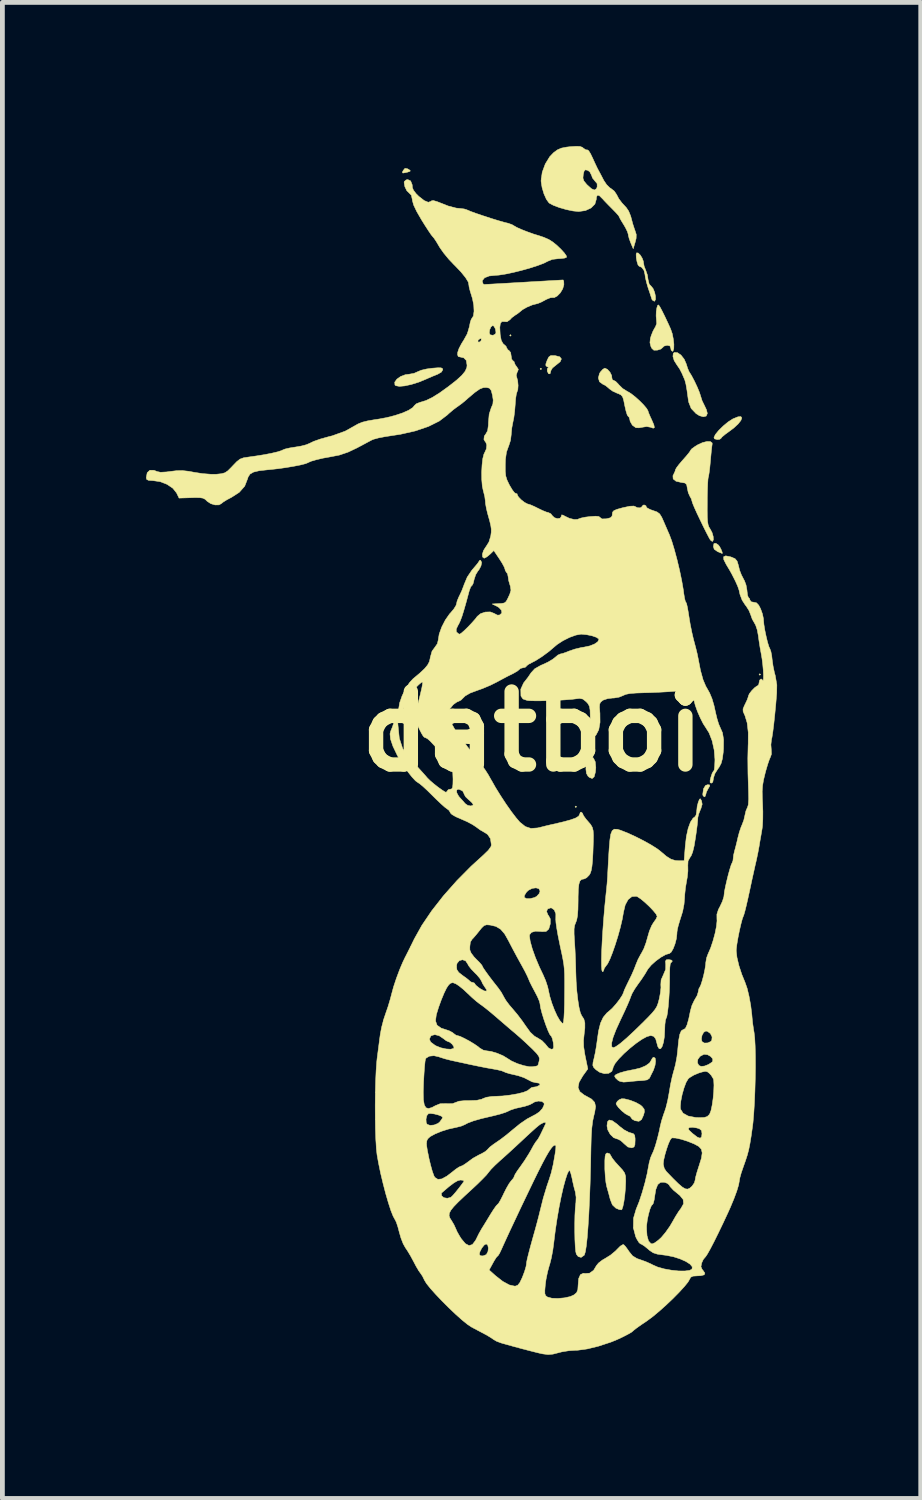
<source format=kicad_pcb>
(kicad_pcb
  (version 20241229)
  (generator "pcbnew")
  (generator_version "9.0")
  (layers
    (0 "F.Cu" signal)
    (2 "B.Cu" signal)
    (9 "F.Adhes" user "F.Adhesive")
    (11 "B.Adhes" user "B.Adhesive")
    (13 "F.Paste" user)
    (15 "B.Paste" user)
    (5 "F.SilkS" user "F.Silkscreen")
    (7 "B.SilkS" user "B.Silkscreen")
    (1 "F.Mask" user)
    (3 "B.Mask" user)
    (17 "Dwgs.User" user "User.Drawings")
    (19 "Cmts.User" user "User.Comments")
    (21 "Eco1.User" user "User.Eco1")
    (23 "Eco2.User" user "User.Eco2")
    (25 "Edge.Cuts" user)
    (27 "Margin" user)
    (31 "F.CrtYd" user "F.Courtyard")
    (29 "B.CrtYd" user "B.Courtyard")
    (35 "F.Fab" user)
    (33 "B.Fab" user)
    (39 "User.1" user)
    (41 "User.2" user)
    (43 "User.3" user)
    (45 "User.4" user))
  (footprint "datboi"
    (layer "F.Cu")
    (at 8.069 12.225)
    (property "Reference" "datboi" (at 0 0 0) (layer "F.SilkS") (effects (font (size 1.524 1.524) (thickness 0.3))))
    (attr through_hole)
    (fp_poly (pts (xy -0.445 -8.271) (xy -0.46 -8.255) (xy -0.476 -8.271) (xy -0.46 -8.287) (xy -0.445 -8.271)) (stroke (width 0.01) (type solid)) (fill yes) (layer "F.SilkS"))
    (fp_poly (pts (xy 0.191 -7.572) (xy 0.175 -7.556) (xy 0.159 -7.572) (xy 0.175 -7.588) (xy 0.191 -7.572)) (stroke (width 0.01) (type solid)) (fill yes) (layer "F.SilkS"))
    (fp_poly (pts (xy 0.921 1.572) (xy 0.905 1.587) (xy 0.889 1.572) (xy 0.905 1.556) (xy 0.921 1.572)) (stroke (width 0.01) (type solid)) (fill yes) (layer "F.SilkS"))
    (fp_poly (pts (xy 4.763 -1.191) (xy 4.747 -1.175) (xy 4.731 -1.191) (xy 4.747 -1.206) (xy 4.763 -1.191)) (stroke (width 0.01) (type solid)) (fill yes) (layer "F.SilkS"))
    (fp_poly (pts (xy -2.611 -11.751) (xy -2.599 -11.745) (xy -2.554 -11.717) (xy -2.556 -11.698) (xy -2.613 -11.679) (xy -2.645 -11.672) (xy -2.705 -11.661) (xy -2.717 -11.678) (xy -2.699 -11.715) (xy -2.662 -11.76) (xy -2.611 -11.751)) (stroke (width 0.01) (type solid)) (fill yes) (layer "F.SilkS"))
    (fp_poly (pts (xy 3.7 1.116) (xy 3.701 1.14) (xy 3.671 1.19) (xy 3.633 1.263) (xy 3.619 1.317) (xy 3.603 1.359) (xy 3.588 1.365) (xy 3.561 1.339) (xy 3.556 1.31) (xy 3.572 1.196) (xy 3.614 1.127) (xy 3.659 1.111) (xy 3.7 1.116)) (stroke (width 0.01) (type solid)) (fill yes) (layer "F.SilkS"))
    (fp_poly (pts (xy 3.879 -3.897) (xy 3.907 -3.862) (xy 3.937 -3.806) (xy 3.959 -3.751) (xy 3.966 -3.719) (xy 3.958 -3.718) (xy 3.928 -3.731) (xy 3.866 -3.756) (xy 3.795 -3.806) (xy 3.778 -3.864) (xy 3.79 -3.925) (xy 3.829 -3.93) (xy 3.879 -3.897)) (stroke (width 0.01) (type solid)) (fill yes) (layer "F.SilkS"))
    (fp_poly (pts (xy 1.271 0.552) (xy 1.311 0.632) (xy 1.323 0.755) (xy 1.314 0.849) (xy 1.288 0.946) (xy 1.247 0.982) (xy 1.188 0.958) (xy 1.16 0.933) (xy 1.128 0.877) (xy 1.116 0.787) (xy 1.118 0.703) (xy 1.125 0.601) (xy 1.139 0.547) (xy 1.167 0.527) (xy 1.204 0.524) (xy 1.271 0.552)) (stroke (width 0.01) (type solid)) (fill yes) (layer "F.SilkS"))
    (fp_poly (pts (xy 4.371 -6.548) (xy 4.352 -6.495) (xy 4.294 -6.422) (xy 4.201 -6.336) (xy 4.11 -6.268) (xy 4.022 -6.204) (xy 3.959 -6.151) (xy 3.937 -6.122) (xy 3.91 -6.102) (xy 3.86 -6.096) (xy 3.801 -6.111) (xy 3.79 -6.14) (xy 3.821 -6.204) (xy 3.891 -6.289) (xy 3.984 -6.38) (xy 4.085 -6.464) (xy 4.182 -6.526) (xy 4.187 -6.529) (xy 4.291 -6.571) (xy 4.352 -6.576) (xy 4.371 -6.548)) (stroke (width 0.01) (type solid)) (fill yes) (layer "F.SilkS"))
    (fp_poly (pts (xy 0.477 -7.848) (xy 0.57 -7.824) (xy 0.604 -7.78) (xy 0.579 -7.722) (xy 0.495 -7.654) (xy 0.492 -7.652) (xy 0.417 -7.591) (xy 0.382 -7.531) (xy 0.381 -7.522) (xy 0.367 -7.469) (xy 0.337 -7.47) (xy 0.309 -7.523) (xy 0.308 -7.525) (xy 0.31 -7.577) (xy 0.328 -7.59) (xy 0.336 -7.601) (xy 0.313 -7.614) (xy 0.281 -7.635) (xy 0.279 -7.673) (xy 0.305 -7.747) (xy 0.305 -7.748) (xy 0.34 -7.819) (xy 0.38 -7.849) (xy 0.453 -7.85) (xy 0.477 -7.848)) (stroke (width 0.01) (type solid)) (fill yes) (layer "F.SilkS"))
    (fp_poly (pts (xy 1.667 8.128) (xy 1.762 8.195) (xy 1.827 8.252) (xy 1.918 8.321) (xy 2.01 8.37) (xy 2.045 8.38) (xy 2.106 8.398) (xy 2.134 8.431) (xy 2.143 8.499) (xy 2.143 8.542) (xy 2.139 8.631) (xy 2.12 8.676) (xy 2.078 8.693) (xy 2.071 8.694) (xy 1.992 8.676) (xy 1.913 8.607) (xy 1.845 8.544) (xy 1.782 8.511) (xy 1.769 8.509) (xy 1.694 8.481) (xy 1.623 8.411) (xy 1.572 8.318) (xy 1.556 8.236) (xy 1.567 8.149) (xy 1.603 8.113) (xy 1.667 8.128)) (stroke (width 0.01) (type solid)) (fill yes) (layer "F.SilkS"))
    (fp_poly (pts (xy 1.923 7.671) (xy 2.019 7.695) (xy 2.049 7.704) (xy 2.159 7.747) (xy 2.252 7.799) (xy 2.289 7.83) (xy 2.332 7.886) (xy 2.338 7.942) (xy 2.319 8.012) (xy 2.277 8.104) (xy 2.223 8.14) (xy 2.144 8.128) (xy 2.135 8.125) (xy 2.08 8.093) (xy 2.064 8.068) (xy 2.038 8.034) (xy 2.004 8.018) (xy 1.94 7.983) (xy 1.865 7.922) (xy 1.796 7.852) (xy 1.753 7.792) (xy 1.746 7.77) (xy 1.771 7.724) (xy 1.811 7.69) (xy 1.861 7.669) (xy 1.923 7.671)) (stroke (width 0.01) (type solid)) (fill yes) (layer "F.SilkS"))
    (fp_poly (pts (xy -1.91 -7.594) (xy -1.88 -7.58) (xy -1.873 -7.554) (xy -1.901 -7.506) (xy -1.973 -7.464) (xy -1.976 -7.462) (xy -2.073 -7.423) (xy -2.185 -7.375) (xy -2.211 -7.363) (xy -2.37 -7.297) (xy -2.526 -7.248) (xy -2.667 -7.217) (xy -2.78 -7.207) (xy -2.854 -7.221) (xy -2.872 -7.236) (xy -2.876 -7.295) (xy -2.832 -7.357) (xy -2.755 -7.412) (xy -2.657 -7.45) (xy -2.574 -7.461) (xy -2.473 -7.479) (xy -2.394 -7.514) (xy -2.322 -7.544) (xy -2.211 -7.57) (xy -2.094 -7.586) (xy -1.977 -7.595) (xy -1.91 -7.594)) (stroke (width 0.01) (type solid)) (fill yes) (layer "F.SilkS"))
    (fp_poly (pts (xy 2.562 6.821) (xy 2.571 6.882) (xy 2.56 6.969) (xy 2.53 7.062) (xy 2.519 7.086) (xy 2.477 7.169) (xy 2.446 7.234) (xy 2.444 7.239) (xy 2.395 7.275) (xy 2.298 7.289) (xy 2.189 7.295) (xy 2.06 7.307) (xy 2.016 7.313) (xy 1.903 7.321) (xy 1.826 7.306) (xy 1.786 7.283) (xy 1.733 7.233) (xy 1.714 7.194) (xy 1.744 7.163) (xy 1.823 7.129) (xy 1.941 7.095) (xy 2.082 7.066) (xy 2.111 7.062) (xy 2.25 7.028) (xy 2.367 6.978) (xy 2.448 6.918) (xy 2.475 6.874) (xy 2.506 6.818) (xy 2.532 6.802) (xy 2.562 6.821)) (stroke (width 0.01) (type solid)) (fill yes) (layer "F.SilkS"))
    (fp_poly (pts (xy 1.613 8.819) (xy 1.634 8.855) (xy 1.666 8.911) (xy 1.73 8.992) (xy 1.802 9.071) (xy 1.881 9.157) (xy 1.925 9.221) (xy 1.944 9.287) (xy 1.947 9.378) (xy 1.947 9.398) (xy 1.941 9.541) (xy 1.928 9.684) (xy 1.91 9.815) (xy 1.889 9.918) (xy 1.868 9.979) (xy 1.857 9.989) (xy 1.809 9.982) (xy 1.741 9.953) (xy 1.669 9.885) (xy 1.624 9.771) (xy 1.592 9.649) (xy 1.557 9.525) (xy 1.552 9.509) (xy 1.534 9.418) (xy 1.52 9.287) (xy 1.511 9.141) (xy 1.511 9.097) (xy 1.511 8.959) (xy 1.517 8.872) (xy 1.53 8.824) (xy 1.552 8.804) (xy 1.561 8.801) (xy 1.613 8.819)) (stroke (width 0.01) (type solid)) (fill yes) (layer "F.SilkS"))
    (fp_poly (pts (xy 2.207 -9.992) (xy 2.251 -9.949) (xy 2.291 -9.884) (xy 2.316 -9.817) (xy 2.318 -9.795) (xy 2.332 -9.715) (xy 2.365 -9.632) (xy 2.4 -9.532) (xy 2.413 -9.442) (xy 2.437 -9.342) (xy 2.478 -9.299) (xy 2.518 -9.25) (xy 2.55 -9.174) (xy 2.568 -9.092) (xy 2.57 -9.023) (xy 2.551 -8.987) (xy 2.543 -8.985) (xy 2.501 -9.011) (xy 2.494 -9.025) (xy 2.478 -9.074) (xy 2.449 -9.163) (xy 2.415 -9.263) (xy 2.381 -9.38) (xy 2.357 -9.484) (xy 2.349 -9.543) (xy 2.33 -9.626) (xy 2.282 -9.692) (xy 2.228 -9.716) (xy 2.204 -9.743) (xy 2.183 -9.81) (xy 2.168 -9.891) (xy 2.165 -9.962) (xy 2.174 -9.995) (xy 2.207 -9.992)) (stroke (width 0.01) (type solid)) (fill yes) (layer "F.SilkS"))
    (fp_poly (pts (xy 2.659 -8.871) (xy 2.705 -8.786) (xy 2.766 -8.663) (xy 2.837 -8.512) (xy 2.885 -8.405) (xy 2.919 -8.307) (xy 2.941 -8.195) (xy 2.953 -8.087) (xy 2.951 -7.998) (xy 2.935 -7.945) (xy 2.921 -7.938) (xy 2.895 -7.964) (xy 2.889 -8.001) (xy 2.87 -8.052) (xy 2.813 -8.065) (xy 2.748 -8.048) (xy 2.721 -8.021) (xy 2.68 -7.986) (xy 2.608 -7.963) (xy 2.535 -7.962) (xy 2.493 -8) (xy 2.473 -8.04) (xy 2.453 -8.119) (xy 2.462 -8.206) (xy 2.479 -8.265) (xy 2.516 -8.358) (xy 2.554 -8.429) (xy 2.565 -8.442) (xy 2.594 -8.517) (xy 2.589 -8.593) (xy 2.582 -8.677) (xy 2.585 -8.769) (xy 2.598 -8.849) (xy 2.616 -8.901) (xy 2.632 -8.908) (xy 2.659 -8.871)) (stroke (width 0.01) (type solid)) (fill yes) (layer "F.SilkS"))
    (fp_poly (pts (xy 3.03 -7.91) (xy 3.103 -7.858) (xy 3.169 -7.773) (xy 3.212 -7.674) (xy 3.24 -7.584) (xy 3.267 -7.52) (xy 3.274 -7.508) (xy 3.323 -7.429) (xy 3.382 -7.317) (xy 3.44 -7.194) (xy 3.486 -7.083) (xy 3.509 -7.012) (xy 3.542 -6.907) (xy 3.591 -6.807) (xy 3.632 -6.721) (xy 3.651 -6.645) (xy 3.651 -6.64) (xy 3.628 -6.587) (xy 3.568 -6.572) (xy 3.486 -6.595) (xy 3.417 -6.638) (xy 3.314 -6.746) (xy 3.262 -6.879) (xy 3.253 -6.932) (xy 3.227 -7.122) (xy 3.204 -7.255) (xy 3.181 -7.34) (xy 3.177 -7.35) (xy 3.121 -7.48) (xy 3.074 -7.571) (xy 3.024 -7.644) (xy 3.018 -7.652) (xy 2.959 -7.746) (xy 2.933 -7.833) (xy 2.941 -7.896) (xy 2.964 -7.916) (xy 3.03 -7.91)) (stroke (width 0.01) (type solid)) (fill yes) (layer "F.SilkS"))
    (fp_poly (pts (xy 1.565 -7.562) (xy 1.619 -7.502) (xy 1.654 -7.432) (xy 1.657 -7.394) (xy 1.667 -7.344) (xy 1.691 -7.334) (xy 1.737 -7.311) (xy 1.794 -7.253) (xy 1.805 -7.239) (xy 1.883 -7.162) (xy 1.982 -7.1) (xy 1.993 -7.095) (xy 2.06 -7.054) (xy 2.147 -6.986) (xy 2.239 -6.903) (xy 2.323 -6.818) (xy 2.385 -6.744) (xy 2.413 -6.695) (xy 2.413 -6.692) (xy 2.426 -6.652) (xy 2.459 -6.574) (xy 2.489 -6.51) (xy 2.535 -6.404) (xy 2.546 -6.346) (xy 2.521 -6.333) (xy 2.472 -6.352) (xy 2.385 -6.368) (xy 2.309 -6.356) (xy 2.224 -6.341) (xy 2.16 -6.344) (xy 2.159 -6.344) (xy 2.086 -6.396) (xy 2.039 -6.478) (xy 2.033 -6.514) (xy 2.016 -6.566) (xy 2 -6.578) (xy 1.978 -6.612) (xy 1.953 -6.692) (xy 1.928 -6.801) (xy 1.927 -6.806) (xy 1.904 -6.921) (xy 1.882 -6.989) (xy 1.849 -7.028) (xy 1.797 -7.054) (xy 1.768 -7.064) (xy 1.675 -7.107) (xy 1.602 -7.159) (xy 1.594 -7.168) (xy 1.523 -7.226) (xy 1.469 -7.252) (xy 1.4 -7.302) (xy 1.376 -7.382) (xy 1.399 -7.475) (xy 1.418 -7.506) (xy 1.469 -7.563) (xy 1.511 -7.587) (xy 1.511 -7.587) (xy 1.565 -7.562)) (stroke (width 0.01) (type solid)) (fill yes) (layer "F.SilkS"))
    (fp_poly (pts (xy 3.717 -6.054) (xy 3.752 -6.025) (xy 3.753 -6.003) (xy 3.746 -5.954) (xy 3.735 -5.857) (xy 3.723 -5.729) (xy 3.716 -5.648) (xy 3.703 -5.512) (xy 3.689 -5.4) (xy 3.677 -5.327) (xy 3.671 -5.309) (xy 3.665 -5.268) (xy 3.659 -5.176) (xy 3.654 -5.044) (xy 3.65 -4.884) (xy 3.65 -4.799) (xy 3.649 -4.612) (xy 3.651 -4.477) (xy 3.657 -4.383) (xy 3.668 -4.318) (xy 3.685 -4.27) (xy 3.71 -4.229) (xy 3.712 -4.226) (xy 3.751 -4.152) (xy 3.774 -4.071) (xy 3.778 -4.003) (xy 3.76 -3.97) (xy 3.754 -3.969) (xy 3.721 -3.993) (xy 3.698 -4.026) (xy 3.638 -4.141) (xy 3.57 -4.276) (xy 3.502 -4.417) (xy 3.437 -4.553) (xy 3.384 -4.67) (xy 3.348 -4.756) (xy 3.334 -4.799) (xy 3.334 -4.799) (xy 3.317 -4.859) (xy 3.289 -4.908) (xy 3.254 -4.985) (xy 3.233 -5.081) (xy 3.233 -5.082) (xy 3.22 -5.155) (xy 3.186 -5.188) (xy 3.11 -5.201) (xy 3.106 -5.201) (xy 2.998 -5.226) (xy 2.938 -5.274) (xy 2.933 -5.34) (xy 2.947 -5.368) (xy 2.977 -5.432) (xy 2.985 -5.464) (xy 3.005 -5.503) (xy 3.058 -5.574) (xy 3.133 -5.662) (xy 3.143 -5.673) (xy 3.22 -5.761) (xy 3.277 -5.831) (xy 3.302 -5.871) (xy 3.302 -5.873) (xy 3.327 -5.903) (xy 3.392 -5.95) (xy 3.446 -5.984) (xy 3.55 -6.032) (xy 3.644 -6.056) (xy 3.717 -6.054)) (stroke (width 0.01) (type solid)) (fill yes) (layer "F.SilkS"))
    (fp_poly (pts (xy 0.992 -12.217) (xy 1.042 -12.199) (xy 1.064 -12.18) (xy 1.115 -12.146) (xy 1.145 -12.146) (xy 1.172 -12.129) (xy 1.212 -12.066) (xy 1.254 -11.979) (xy 1.305 -11.867) (xy 1.352 -11.768) (xy 1.379 -11.716) (xy 1.422 -11.637) (xy 1.474 -11.537) (xy 1.49 -11.506) (xy 1.549 -11.418) (xy 1.615 -11.353) (xy 1.637 -11.34) (xy 1.709 -11.283) (xy 1.756 -11.214) (xy 1.802 -11.126) (xy 1.869 -11.037) (xy 1.959 -10.94) (xy 2.009 -10.866) (xy 2.051 -10.762) (xy 2.063 -10.718) (xy 2.094 -10.601) (xy 2.13 -10.491) (xy 2.141 -10.461) (xy 2.167 -10.379) (xy 2.165 -10.299) (xy 2.145 -10.218) (xy 2.104 -10.081) (xy 2.052 -10.204) (xy 2.019 -10.294) (xy 2.001 -10.367) (xy 2 -10.38) (xy 1.984 -10.435) (xy 1.942 -10.521) (xy 1.905 -10.584) (xy 1.853 -10.669) (xy 1.818 -10.732) (xy 1.81 -10.753) (xy 1.789 -10.783) (xy 1.735 -10.843) (xy 1.675 -10.904) (xy 1.586 -10.994) (xy 1.503 -11.08) (xy 1.465 -11.122) (xy 1.397 -11.189) (xy 1.355 -11.201) (xy 1.336 -11.156) (xy 1.333 -11.114) (xy 1.304 -11.014) (xy 1.224 -10.933) (xy 1.106 -10.878) (xy 0.964 -10.858) (xy 0.846 -10.87) (xy 0.706 -10.899) (xy 0.563 -10.94) (xy 0.438 -10.987) (xy 0.352 -11.033) (xy 0.344 -11.04) (xy 0.291 -11.113) (xy 0.24 -11.227) (xy 0.201 -11.357) (xy 0.181 -11.482) (xy 0.18 -11.509) (xy 0.187 -11.556) (xy 1.054 -11.556) (xy 1.074 -11.496) (xy 1.131 -11.426) (xy 1.145 -11.412) (xy 1.233 -11.333) (xy 1.294 -11.307) (xy 1.335 -11.334) (xy 1.351 -11.371) (xy 1.35 -11.442) (xy 1.308 -11.491) (xy 1.253 -11.559) (xy 1.233 -11.617) (xy 1.196 -11.689) (xy 1.152 -11.719) (xy 1.104 -11.729) (xy 1.078 -11.701) (xy 1.061 -11.633) (xy 1.054 -11.556) (xy 0.187 -11.556) (xy 0.204 -11.679) (xy 0.268 -11.852) (xy 0.362 -12.005) (xy 0.442 -12.088) (xy 0.523 -12.147) (xy 0.604 -12.182) (xy 0.71 -12.203) (xy 0.789 -12.212) (xy 0.914 -12.22) (xy 0.992 -12.217)) (stroke (width 0.01) (type solid)) (fill yes) (layer "F.SilkS"))
    (fp_poly (pts (xy 3.531 1.449) (xy 3.544 1.519) (xy 3.518 1.608) (xy 3.506 1.635) (xy 3.471 1.723) (xy 3.454 1.793) (xy 3.453 1.805) (xy 3.45 1.857) (xy 3.44 1.956) (xy 3.423 2.087) (xy 3.406 2.207) (xy 3.376 2.39) (xy 3.345 2.518) (xy 3.312 2.599) (xy 3.293 2.625) (xy 3.249 2.703) (xy 3.244 2.806) (xy 3.245 2.815) (xy 3.246 2.914) (xy 3.233 3.041) (xy 3.218 3.127) (xy 3.195 3.263) (xy 3.18 3.405) (xy 3.176 3.477) (xy 3.165 3.608) (xy 3.138 3.748) (xy 3.125 3.794) (xy 3.076 3.949) (xy 3.044 4.057) (xy 3.026 4.132) (xy 3.018 4.188) (xy 3.016 4.229) (xy 3.005 4.327) (xy 2.977 4.435) (xy 2.939 4.534) (xy 2.897 4.607) (xy 2.86 4.636) (xy 2.784 4.657) (xy 2.684 4.713) (xy 2.577 4.791) (xy 2.481 4.877) (xy 2.413 4.958) (xy 2.401 4.977) (xy 2.349 5.066) (xy 2.275 5.178) (xy 2.207 5.272) (xy 2.135 5.376) (xy 2.078 5.475) (xy 2.051 5.542) (xy 2.028 5.605) (xy 1.983 5.711) (xy 1.922 5.846) (xy 1.851 5.996) (xy 1.839 6.021) (xy 1.747 6.222) (xy 1.684 6.385) (xy 1.653 6.506) (xy 1.654 6.58) (xy 1.686 6.604) (xy 1.742 6.58) (xy 1.837 6.512) (xy 1.968 6.4) (xy 2.132 6.247) (xy 2.292 6.091) (xy 2.417 5.966) (xy 2.504 5.873) (xy 2.562 5.801) (xy 2.6 5.737) (xy 2.625 5.669) (xy 2.647 5.585) (xy 2.65 5.573) (xy 2.672 5.453) (xy 2.683 5.348) (xy 2.68 5.285) (xy 2.686 5.187) (xy 2.73 5.089) (xy 2.781 4.968) (xy 2.783 4.867) (xy 2.777 4.796) (xy 2.797 4.767) (xy 2.844 4.763) (xy 2.902 4.774) (xy 2.921 4.794) (xy 2.898 4.825) (xy 2.891 4.826) (xy 2.877 4.855) (xy 2.868 4.933) (xy 2.864 5.043) (xy 2.864 5.072) (xy 2.863 5.24) (xy 2.858 5.417) (xy 2.848 5.589) (xy 2.835 5.744) (xy 2.82 5.87) (xy 2.805 5.955) (xy 2.793 5.983) (xy 2.777 6.028) (xy 2.766 6.118) (xy 2.762 6.225) (xy 2.755 6.37) (xy 2.736 6.489) (xy 2.709 6.576) (xy 2.678 6.623) (xy 2.645 6.624) (xy 2.615 6.573) (xy 2.601 6.519) (xy 2.573 6.418) (xy 2.533 6.366) (xy 2.472 6.35) (xy 2.464 6.35) (xy 2.387 6.372) (xy 2.281 6.43) (xy 2.159 6.515) (xy 2.031 6.618) (xy 1.908 6.728) (xy 1.802 6.837) (xy 1.724 6.934) (xy 1.685 7.009) (xy 1.683 7.026) (xy 1.657 7.097) (xy 1.592 7.138) (xy 1.502 7.145) (xy 1.405 7.117) (xy 1.328 7.065) (xy 1.279 7.016) (xy 1.26 6.972) (xy 1.265 6.911) (xy 1.285 6.829) (xy 1.312 6.706) (xy 1.337 6.559) (xy 1.349 6.471) (xy 1.38 6.254) (xy 1.421 6.09) (xy 1.478 5.968) (xy 1.553 5.878) (xy 1.591 5.847) (xy 1.664 5.782) (xy 1.744 5.692) (xy 1.819 5.595) (xy 1.877 5.506) (xy 1.905 5.443) (xy 1.906 5.436) (xy 1.919 5.399) (xy 1.955 5.321) (xy 2.005 5.218) (xy 2.013 5.202) (xy 2.073 5.078) (xy 2.125 4.958) (xy 2.159 4.869) (xy 2.204 4.76) (xy 2.264 4.648) (xy 2.276 4.63) (xy 2.325 4.537) (xy 2.372 4.41) (xy 2.404 4.297) (xy 2.442 4.166) (xy 2.49 4.052) (xy 2.528 3.99) (xy 2.578 3.92) (xy 2.603 3.865) (xy 2.603 3.859) (xy 2.581 3.812) (xy 2.521 3.739) (xy 2.439 3.653) (xy 2.348 3.568) (xy 2.26 3.495) (xy 2.19 3.449) (xy 2.169 3.441) (xy 2.077 3.447) (xy 1.998 3.509) (xy 1.937 3.621) (xy 1.901 3.772) (xy 1.875 3.92) (xy 1.835 4.091) (xy 1.785 4.272) (xy 1.729 4.451) (xy 1.672 4.615) (xy 1.618 4.752) (xy 1.57 4.85) (xy 1.539 4.89) (xy 1.499 4.945) (xy 1.492 4.973) (xy 1.475 5.012) (xy 1.462 5.016) (xy 1.449 4.986) (xy 1.442 4.9) (xy 1.441 4.767) (xy 1.445 4.594) (xy 1.455 4.388) (xy 1.469 4.158) (xy 1.487 3.912) (xy 1.509 3.656) (xy 1.535 3.399) (xy 1.544 3.318) (xy 1.558 3.174) (xy 1.569 3.02) (xy 1.572 2.949) (xy 1.578 2.839) (xy 1.586 2.689) (xy 1.596 2.524) (xy 1.602 2.435) (xy 1.617 2.26) (xy 1.636 2.142) (xy 1.665 2.071) (xy 1.708 2.04) (xy 1.77 2.042) (xy 1.836 2.061) (xy 1.984 2.119) (xy 2.152 2.196) (xy 2.322 2.282) (xy 2.479 2.37) (xy 2.607 2.451) (xy 2.678 2.506) (xy 2.796 2.606) (xy 2.892 2.666) (xy 2.983 2.694) (xy 3.058 2.699) (xy 3.167 2.699) (xy 3.191 2.389) (xy 3.214 2.193) (xy 3.251 2.024) (xy 3.299 1.893) (xy 3.354 1.809) (xy 3.386 1.788) (xy 3.416 1.747) (xy 3.429 1.67) (xy 3.429 1.666) (xy 3.44 1.56) (xy 3.464 1.471) (xy 3.49 1.411) (xy 3.508 1.406) (xy 3.531 1.449)) (stroke (width 0.01) (type solid)) (fill yes) (layer "F.SilkS"))
    (fp_poly (pts (xy -2.544 -11.497) (xy -2.512 -11.417) (xy -2.508 -11.36) (xy -2.486 -11.304) (xy -2.428 -11.228) (xy -2.373 -11.174) (xy -2.26 -11.086) (xy -2.175 -11.051) (xy -2.119 -11.071) (xy -2.112 -11.08) (xy -2.072 -11.088) (xy -1.993 -11.065) (xy -1.959 -11.052) (xy -1.758 -10.973) (xy -1.594 -10.93) (xy -1.513 -10.922) (xy -1.427 -10.912) (xy -1.373 -10.895) (xy -1.296 -10.862) (xy -1.175 -10.818) (xy -1.027 -10.768) (xy -0.869 -10.716) (xy -0.716 -10.669) (xy -0.588 -10.632) (xy -0.508 -10.613) (xy -0.427 -10.584) (xy -0.381 -10.557) (xy -0.325 -10.525) (xy -0.226 -10.481) (xy -0.103 -10.433) (xy 0.025 -10.387) (xy 0.141 -10.352) (xy 0.143 -10.351) (xy 0.238 -10.319) (xy 0.341 -10.274) (xy 0.349 -10.269) (xy 0.426 -10.22) (xy 0.513 -10.149) (xy 0.597 -10.068) (xy 0.666 -9.992) (xy 0.708 -9.931) (xy 0.712 -9.903) (xy 0.673 -9.886) (xy 0.592 -9.876) (xy 0.545 -9.874) (xy 0.415 -9.859) (xy 0.317 -9.819) (xy 0.317 -9.819) (xy 0.237 -9.778) (xy 0.109 -9.73) (xy -0.05 -9.679) (xy -0.227 -9.629) (xy -0.405 -9.585) (xy -0.569 -9.551) (xy -0.705 -9.53) (xy -0.768 -9.526) (xy -0.906 -9.512) (xy -1.001 -9.474) (xy -1.046 -9.417) (xy -1.048 -9.399) (xy -1.031 -9.347) (xy -1.008 -9.335) (xy -0.967 -9.337) (xy -0.871 -9.342) (xy -0.73 -9.35) (xy -0.552 -9.36) (xy -0.348 -9.372) (xy -0.175 -9.382) (xy 0.044 -9.395) (xy 0.241 -9.406) (xy 0.408 -9.416) (xy 0.536 -9.423) (xy 0.616 -9.428) (xy 0.64 -9.429) (xy 0.653 -9.402) (xy 0.656 -9.335) (xy 0.655 -9.327) (xy 0.632 -9.244) (xy 0.581 -9.16) (xy 0.517 -9.094) (xy 0.454 -9.06) (xy 0.425 -9.062) (xy 0.372 -9.057) (xy 0.293 -9.025) (xy 0.265 -9.01) (xy 0.18 -8.965) (xy 0.111 -8.937) (xy 0.098 -8.934) (xy -0.003 -8.908) (xy -0.114 -8.862) (xy -0.206 -8.81) (xy -0.235 -8.786) (xy -0.311 -8.725) (xy -0.36 -8.694) (xy -0.433 -8.64) (xy -0.47 -8.599) (xy -0.532 -8.556) (xy -0.585 -8.559) (xy -0.64 -8.559) (xy -0.671 -8.521) (xy -0.682 -8.438) (xy -0.675 -8.3) (xy -0.674 -8.289) (xy -0.652 -8.167) (xy -0.613 -8.097) (xy -0.599 -8.086) (xy -0.551 -8.042) (xy -0.54 -8.013) (xy -0.514 -7.971) (xy -0.492 -7.958) (xy -0.456 -7.914) (xy -0.445 -7.843) (xy -0.435 -7.776) (xy -0.413 -7.747) (xy -0.413 -7.747) (xy -0.383 -7.722) (xy -0.381 -7.71) (xy -0.361 -7.659) (xy -0.329 -7.615) (xy -0.295 -7.562) (xy -0.311 -7.517) (xy -0.317 -7.51) (xy -0.339 -7.439) (xy -0.331 -7.406) (xy -0.309 -7.325) (xy -0.3 -7.226) (xy -0.306 -7.138) (xy -0.322 -7.093) (xy -0.337 -7.045) (xy -0.351 -6.953) (xy -0.36 -6.836) (xy -0.361 -6.823) (xy -0.372 -6.685) (xy -0.389 -6.554) (xy -0.408 -6.461) (xy -0.431 -6.341) (xy -0.443 -6.214) (xy -0.444 -6.198) (xy -0.459 -6.078) (xy -0.497 -5.96) (xy -0.504 -5.944) (xy -0.543 -5.834) (xy -0.564 -5.686) (xy -0.568 -5.571) (xy -0.568 -5.434) (xy -0.558 -5.336) (xy -0.532 -5.252) (xy -0.486 -5.156) (xy -0.474 -5.134) (xy -0.42 -5.044) (xy -0.374 -4.985) (xy -0.347 -4.97) (xy -0.321 -4.963) (xy -0.318 -4.944) (xy -0.293 -4.898) (xy -0.235 -4.838) (xy -0.164 -4.783) (xy -0.1 -4.75) (xy -0.084 -4.747) (xy -0.038 -4.732) (xy 0.044 -4.696) (xy 0.118 -4.659) (xy 0.216 -4.612) (xy 0.296 -4.58) (xy 0.331 -4.572) (xy 0.383 -4.547) (xy 0.413 -4.508) (xy 0.459 -4.464) (xy 0.522 -4.445) (xy 0.578 -4.454) (xy 0.603 -4.492) (xy 0.603 -4.493) (xy 0.61 -4.524) (xy 0.643 -4.516) (xy 0.675 -4.497) (xy 0.772 -4.451) (xy 0.871 -4.427) (xy 0.946 -4.43) (xy 0.963 -4.439) (xy 1.013 -4.457) (xy 1.104 -4.476) (xy 1.2 -4.488) (xy 1.318 -4.496) (xy 1.385 -4.49) (xy 1.414 -4.468) (xy 1.415 -4.466) (xy 1.452 -4.439) (xy 1.536 -4.441) (xy 1.549 -4.443) (xy 1.628 -4.463) (xy 1.662 -4.497) (xy 1.667 -4.539) (xy 1.673 -4.581) (xy 1.701 -4.612) (xy 1.764 -4.639) (xy 1.875 -4.67) (xy 1.888 -4.673) (xy 2.03 -4.704) (xy 2.116 -4.708) (xy 2.14 -4.699) (xy 2.191 -4.673) (xy 2.249 -4.67) (xy 2.284 -4.69) (xy 2.286 -4.699) (xy 2.312 -4.727) (xy 2.334 -4.731) (xy 2.371 -4.712) (xy 2.373 -4.696) (xy 2.396 -4.667) (xy 2.463 -4.633) (xy 2.512 -4.616) (xy 2.6 -4.585) (xy 2.656 -4.544) (xy 2.7 -4.473) (xy 2.73 -4.406) (xy 2.783 -4.284) (xy 2.835 -4.163) (xy 2.858 -4.112) (xy 2.908 -3.978) (xy 2.963 -3.797) (xy 3.019 -3.588) (xy 3.072 -3.366) (xy 3.117 -3.149) (xy 3.151 -2.953) (xy 3.16 -2.881) (xy 3.176 -2.783) (xy 3.192 -2.717) (xy 3.204 -2.699) (xy 3.218 -2.67) (xy 3.236 -2.591) (xy 3.256 -2.477) (xy 3.267 -2.405) (xy 3.294 -2.24) (xy 3.329 -2.067) (xy 3.364 -1.917) (xy 3.372 -1.889) (xy 3.408 -1.753) (xy 3.441 -1.619) (xy 3.46 -1.524) (xy 3.509 -1.273) (xy 3.562 -1.081) (xy 3.62 -0.944) (xy 3.634 -0.921) (xy 3.699 -0.805) (xy 3.749 -0.685) (xy 3.791 -0.542) (xy 3.825 -0.388) (xy 3.855 -0.264) (xy 3.888 -0.157) (xy 3.917 -0.089) (xy 3.918 -0.087) (xy 3.968 0.027) (xy 3.991 0.171) (xy 3.989 0.359) (xy 3.984 0.43) (xy 3.966 0.568) (xy 3.94 0.665) (xy 3.899 0.743) (xy 3.87 0.783) (xy 3.809 0.88) (xy 3.779 0.972) (xy 3.778 0.989) (xy 3.765 1.058) (xy 3.735 1.079) (xy 3.71 1.068) (xy 3.709 1.023) (xy 3.726 0.953) (xy 3.752 0.874) (xy 3.778 0.829) (xy 3.785 0.826) (xy 3.797 0.796) (xy 3.805 0.719) (xy 3.81 0.609) (xy 3.81 0.579) (xy 3.794 0.385) (xy 3.752 0.195) (xy 3.688 0.029) (xy 3.622 -0.076) (xy 3.566 -0.162) (xy 3.504 -0.285) (xy 3.444 -0.422) (xy 3.399 -0.549) (xy 3.379 -0.628) (xy 3.353 -0.736) (xy 3.31 -0.805) (xy 3.239 -0.841) (xy 3.127 -0.851) (xy 2.977 -0.841) (xy 2.831 -0.83) (xy 2.649 -0.82) (xy 2.459 -0.812) (xy 2.342 -0.809) (xy 2.163 -0.803) (xy 2.036 -0.793) (xy 1.95 -0.776) (xy 1.893 -0.752) (xy 1.891 -0.75) (xy 1.808 -0.717) (xy 1.702 -0.699) (xy 1.675 -0.699) (xy 1.569 -0.686) (xy 1.479 -0.656) (xy 1.463 -0.646) (xy 1.424 -0.613) (xy 1.404 -0.574) (xy 1.399 -0.509) (xy 1.407 -0.402) (xy 1.409 -0.381) (xy 1.411 -0.191) (xy 1.384 -0.036) (xy 1.327 0.073) (xy 1.316 0.085) (xy 1.284 0.088) (xy 1.254 0.038) (xy 1.229 -0.056) (xy 1.212 -0.182) (xy 1.206 -0.328) (xy 1.203 -0.447) (xy 1.19 -0.524) (xy 1.16 -0.58) (xy 1.123 -0.621) (xy 1.053 -0.677) (xy 0.983 -0.691) (xy 0.924 -0.684) (xy 0.827 -0.672) (xy 0.688 -0.661) (xy 0.524 -0.651) (xy 0.35 -0.645) (xy 0.183 -0.641) (xy 0.037 -0.641) (xy -0.071 -0.644) (xy -0.112 -0.649) (xy -0.198 -0.679) (xy -0.238 -0.736) (xy -0.241 -0.748) (xy -0.244 -0.884) (xy -0.185 -1.014) (xy -0.158 -1.048) (xy -0.094 -1.13) (xy -0.031 -1.223) (xy -0.03 -1.225) (xy 0.048 -1.31) (xy 0.174 -1.381) (xy 0.215 -1.398) (xy 0.326 -1.45) (xy 0.423 -1.508) (xy 0.47 -1.545) (xy 0.532 -1.597) (xy 0.583 -1.619) (xy 0.585 -1.619) (xy 0.637 -1.631) (xy 0.722 -1.662) (xy 0.766 -1.68) (xy 0.883 -1.72) (xy 1.02 -1.753) (xy 1.079 -1.762) (xy 1.196 -1.787) (xy 1.295 -1.826) (xy 1.363 -1.873) (xy 1.387 -1.919) (xy 1.382 -1.935) (xy 1.335 -1.967) (xy 1.245 -1.998) (xy 1.134 -2.021) (xy 1.023 -2.032) (xy 1.013 -2.032) (xy 0.907 -2.013) (xy 0.774 -1.965) (xy 0.637 -1.896) (xy 0.517 -1.818) (xy 0.476 -1.784) (xy 0.342 -1.67) (xy 0.197 -1.563) (xy 0.063 -1.478) (xy -0.008 -1.442) (xy -0.082 -1.403) (xy -0.124 -1.37) (xy -0.127 -1.362) (xy -0.154 -1.339) (xy -0.189 -1.333) (xy -0.251 -1.317) (xy -0.272 -1.298) (xy -0.312 -1.264) (xy -0.388 -1.219) (xy -0.425 -1.2) (xy -0.524 -1.151) (xy -0.648 -1.085) (xy -0.746 -1.032) (xy -0.883 -0.964) (xy -1.042 -0.897) (xy -1.157 -0.856) (xy -1.302 -0.802) (xy -1.404 -0.743) (xy -1.437 -0.711) (xy -1.491 -0.657) (xy -1.534 -0.634) (xy -1.581 -0.614) (xy -1.648 -0.566) (xy -1.659 -0.556) (xy -1.729 -0.467) (xy -1.746 -0.374) (xy -1.727 -0.269) (xy -1.676 -0.142) (xy -1.606 -0.017) (xy -1.53 0.081) (xy -1.504 0.104) (xy -1.45 0.159) (xy -1.429 0.204) (xy -1.409 0.246) (xy -1.357 0.32) (xy -1.283 0.411) (xy -1.27 0.426) (xy -1.194 0.515) (xy -1.138 0.587) (xy -1.112 0.626) (xy -1.111 0.629) (xy -1.092 0.666) (xy -1.045 0.725) (xy -1.04 0.731) (xy -0.989 0.8) (xy -0.923 0.903) (xy -0.858 1.019) (xy -0.857 1.019) (xy -0.77 1.173) (xy -0.665 1.342) (xy -0.553 1.513) (xy -0.442 1.671) (xy -0.342 1.802) (xy -0.264 1.893) (xy -0.263 1.894) (xy -0.149 1.985) (xy -0.033 2.024) (xy 0.106 2.014) (xy 0.155 2.003) (xy 0.277 1.972) (xy 0.4 1.943) (xy 0.429 1.937) (xy 0.643 1.887) (xy 0.8 1.844) (xy 0.906 1.805) (xy 0.965 1.768) (xy 0.984 1.732) (xy 0.984 1.731) (xy 1.001 1.688) (xy 1.016 1.683) (xy 1.046 1.707) (xy 1.048 1.719) (xy 1.068 1.761) (xy 1.118 1.83) (xy 1.159 1.877) (xy 1.215 1.943) (xy 1.249 2.001) (xy 1.267 2.069) (xy 1.273 2.165) (xy 1.271 2.305) (xy 1.27 2.318) (xy 1.263 2.535) (xy 1.254 2.698) (xy 1.242 2.817) (xy 1.227 2.901) (xy 1.208 2.959) (xy 1.185 2.998) (xy 1.129 3.055) (xy 1.078 3.079) (xy 1.027 3.088) (xy 0.992 3.121) (xy 0.97 3.187) (xy 0.958 3.293) (xy 0.953 3.451) (xy 0.953 3.527) (xy 0.95 3.714) (xy 0.94 3.848) (xy 0.923 3.939) (xy 0.904 3.989) (xy 0.881 4.047) (xy 0.869 4.122) (xy 0.869 4.228) (xy 0.878 4.381) (xy 0.889 4.555) (xy 0.898 4.758) (xy 0.904 4.953) (xy 0.905 5.016) (xy 0.912 5.218) (xy 0.926 5.417) (xy 0.947 5.599) (xy 0.971 5.755) (xy 0.999 5.871) (xy 1.027 5.935) (xy 1.028 5.936) (xy 1.073 6.004) (xy 1.094 6.084) (xy 1.094 6.194) (xy 1.08 6.312) (xy 1.066 6.451) (xy 1.069 6.581) (xy 1.092 6.733) (xy 1.102 6.785) (xy 1.156 7.046) (xy 1.052 7.19) (xy 0.974 7.323) (xy 0.952 7.431) (xy 0.987 7.519) (xy 1.081 7.592) (xy 1.117 7.611) (xy 1.234 7.676) (xy 1.298 7.744) (xy 1.318 7.832) (xy 1.299 7.955) (xy 1.284 8.013) (xy 1.258 8.132) (xy 1.239 8.281) (xy 1.227 8.473) (xy 1.221 8.7) (xy 1.214 9.083) (xy 1.204 9.444) (xy 1.191 9.778) (xy 1.177 10.08) (xy 1.16 10.345) (xy 1.143 10.568) (xy 1.124 10.743) (xy 1.104 10.866) (xy 1.084 10.931) (xy 1.081 10.936) (xy 1.016 10.982) (xy 0.955 10.964) (xy 0.916 10.914) (xy 0.903 10.857) (xy 0.893 10.751) (xy 0.886 10.608) (xy 0.883 10.444) (xy 0.883 10.272) (xy 0.886 10.106) (xy 0.894 9.96) (xy 0.905 9.847) (xy 0.907 9.835) (xy 0.911 9.724) (xy 0.895 9.617) (xy 0.894 9.613) (xy 0.869 9.523) (xy 0.841 9.402) (xy 0.825 9.323) (xy 0.802 9.23) (xy 0.78 9.173) (xy 0.765 9.164) (xy 0.729 9.232) (xy 0.689 9.353) (xy 0.644 9.518) (xy 0.599 9.716) (xy 0.555 9.937) (xy 0.514 10.173) (xy 0.478 10.412) (xy 0.449 10.645) (xy 0.445 10.679) (xy 0.424 10.836) (xy 0.394 10.994) (xy 0.361 11.125) (xy 0.352 11.151) (xy 0.315 11.285) (xy 0.283 11.442) (xy 0.268 11.553) (xy 0.258 11.67) (xy 0.259 11.739) (xy 0.274 11.779) (xy 0.306 11.805) (xy 0.318 11.811) (xy 0.407 11.835) (xy 0.531 11.839) (xy 0.666 11.827) (xy 0.789 11.8) (xy 0.865 11.766) (xy 0.922 11.718) (xy 0.947 11.655) (xy 0.953 11.567) (xy 0.964 11.426) (xy 1.001 11.342) (xy 1.063 11.313) (xy 1.102 11.318) (xy 1.194 11.311) (xy 1.277 11.251) (xy 1.336 11.153) (xy 1.379 11.1) (xy 1.459 11.038) (xy 1.516 11.005) (xy 1.629 10.935) (xy 1.734 10.848) (xy 1.77 10.811) (xy 1.834 10.747) (xy 1.887 10.715) (xy 1.904 10.715) (xy 1.942 10.754) (xy 1.994 10.825) (xy 2.017 10.86) (xy 2.09 10.95) (xy 2.182 11.006) (xy 2.246 11.028) (xy 2.364 11.07) (xy 2.477 11.12) (xy 2.508 11.137) (xy 2.615 11.184) (xy 2.751 11.222) (xy 2.901 11.249) (xy 3.05 11.265) (xy 3.182 11.266) (xy 3.282 11.253) (xy 3.331 11.227) (xy 3.337 11.179) (xy 3.292 11.124) (xy 3.204 11.067) (xy 3.085 11.014) (xy 2.946 10.969) (xy 2.796 10.939) (xy 2.733 10.931) (xy 2.608 10.914) (xy 2.521 10.886) (xy 2.445 10.835) (xy 2.412 10.806) (xy 2.336 10.744) (xy 2.276 10.706) (xy 2.257 10.7) (xy 2.225 10.673) (xy 2.182 10.604) (xy 2.155 10.549) (xy 2.108 10.368) (xy 2.381 10.368) (xy 2.392 10.528) (xy 2.423 10.638) (xy 2.473 10.694) (xy 2.501 10.7) (xy 2.553 10.678) (xy 2.629 10.622) (xy 2.691 10.565) (xy 2.779 10.46) (xy 2.87 10.331) (xy 2.924 10.239) (xy 2.989 10.125) (xy 3.055 10.02) (xy 3.101 9.958) (xy 3.155 9.862) (xy 3.147 9.773) (xy 3.076 9.686) (xy 3.053 9.668) (xy 2.942 9.576) (xy 2.872 9.5) (xy 2.854 9.468) (xy 2.817 9.436) (xy 2.759 9.414) (xy 2.676 9.413) (xy 2.616 9.461) (xy 2.576 9.563) (xy 2.556 9.683) (xy 2.541 9.783) (xy 2.523 9.853) (xy 2.51 9.874) (xy 2.483 9.903) (xy 2.452 9.978) (xy 2.423 10.082) (xy 2.398 10.2) (xy 2.384 10.313) (xy 2.381 10.368) (xy 2.108 10.368) (xy 2.107 10.362) (xy 2.11 10.162) (xy 2.166 9.971) (xy 2.167 9.97) (xy 2.229 9.816) (xy 2.292 9.624) (xy 2.35 9.42) (xy 2.396 9.228) (xy 2.414 9.128) (xy 2.432 9.034) (xy 2.731 9.034) (xy 2.752 9.123) (xy 2.795 9.188) (xy 2.94 9.338) (xy 3.049 9.445) (xy 3.131 9.515) (xy 3.192 9.55) (xy 3.241 9.556) (xy 3.284 9.537) (xy 3.33 9.497) (xy 3.334 9.493) (xy 3.381 9.424) (xy 3.397 9.367) (xy 3.407 9.307) (xy 3.434 9.208) (xy 3.472 9.088) (xy 3.48 9.064) (xy 3.528 8.91) (xy 3.544 8.8) (xy 3.527 8.723) (xy 3.472 8.664) (xy 3.378 8.613) (xy 3.374 8.611) (xy 3.239 8.557) (xy 3.107 8.515) (xy 2.994 8.49) (xy 2.917 8.486) (xy 2.906 8.489) (xy 2.877 8.526) (xy 2.84 8.607) (xy 2.802 8.716) (xy 2.767 8.834) (xy 2.741 8.945) (xy 2.731 9.03) (xy 2.731 9.034) (xy 2.432 9.034) (xy 2.437 9.007) (xy 2.465 8.903) (xy 2.491 8.841) (xy 2.526 8.765) (xy 2.568 8.645) (xy 2.61 8.496) (xy 2.649 8.337) (xy 2.658 8.291) (xy 3.253 8.291) (xy 3.27 8.326) (xy 3.333 8.385) (xy 3.35 8.4) (xy 3.443 8.471) (xy 3.502 8.493) (xy 3.532 8.465) (xy 3.54 8.397) (xy 3.53 8.332) (xy 3.486 8.296) (xy 3.433 8.279) (xy 3.345 8.265) (xy 3.277 8.27) (xy 3.274 8.271) (xy 3.253 8.291) (xy 2.658 8.291) (xy 2.666 8.251) (xy 2.696 8.128) (xy 2.739 7.994) (xy 2.756 7.949) (xy 2.791 7.842) (xy 2.793 7.833) (xy 3.087 7.833) (xy 3.092 7.886) (xy 3.145 7.971) (xy 3.251 8.03) (xy 3.405 8.06) (xy 3.484 8.063) (xy 3.587 8.06) (xy 3.649 8.041) (xy 3.691 8.001) (xy 3.701 7.986) (xy 3.728 7.916) (xy 3.752 7.803) (xy 3.772 7.664) (xy 3.785 7.519) (xy 3.79 7.387) (xy 3.785 7.288) (xy 3.778 7.255) (xy 3.735 7.183) (xy 3.692 7.136) (xy 3.651 7.105) (xy 3.607 7.096) (xy 3.54 7.111) (xy 3.474 7.131) (xy 3.369 7.175) (xy 3.281 7.228) (xy 3.253 7.252) (xy 3.208 7.327) (xy 3.164 7.444) (xy 3.125 7.582) (xy 3.098 7.718) (xy 3.087 7.833) (xy 2.793 7.833) (xy 2.825 7.699) (xy 2.853 7.549) (xy 2.857 7.525) (xy 2.883 7.371) (xy 2.917 7.214) (xy 2.951 7.085) (xy 2.956 7.072) (xy 2.988 6.947) (xy 2.994 6.916) (xy 3.444 6.916) (xy 3.474 6.972) (xy 3.519 6.993) (xy 3.59 6.987) (xy 3.677 6.953) (xy 3.748 6.906) (xy 3.764 6.887) (xy 3.765 6.836) (xy 3.722 6.786) (xy 3.656 6.749) (xy 3.584 6.741) (xy 3.576 6.743) (xy 3.499 6.784) (xy 3.453 6.847) (xy 3.444 6.916) (xy 2.994 6.916) (xy 3.017 6.791) (xy 3.035 6.637) (xy 3.035 6.63) (xy 3.053 6.448) (xy 3.058 6.422) (xy 3.527 6.422) (xy 3.54 6.476) (xy 3.59 6.506) (xy 3.662 6.503) (xy 3.726 6.472) (xy 3.744 6.45) (xy 3.751 6.378) (xy 3.716 6.307) (xy 3.653 6.261) (xy 3.62 6.255) (xy 3.575 6.282) (xy 3.54 6.347) (xy 3.527 6.422) (xy 3.058 6.422) (xy 3.076 6.325) (xy 3.107 6.252) (xy 3.148 6.224) (xy 3.157 6.223) (xy 3.193 6.2) (xy 3.228 6.126) (xy 3.264 5.998) (xy 3.298 5.833) (xy 3.33 5.72) (xy 3.379 5.616) (xy 3.392 5.595) (xy 3.438 5.515) (xy 3.46 5.445) (xy 3.461 5.439) (xy 3.475 5.372) (xy 3.489 5.348) (xy 3.514 5.299) (xy 3.544 5.206) (xy 3.575 5.091) (xy 3.6 4.973) (xy 3.616 4.871) (xy 3.619 4.826) (xy 3.635 4.73) (xy 3.666 4.646) (xy 3.72 4.522) (xy 3.77 4.372) (xy 3.813 4.214) (xy 3.842 4.068) (xy 3.854 3.954) (xy 3.852 3.918) (xy 3.851 3.817) (xy 3.883 3.717) (xy 3.918 3.651) (xy 3.966 3.548) (xy 3.997 3.45) (xy 4.001 3.413) (xy 4.009 3.344) (xy 4.03 3.238) (xy 4.059 3.112) (xy 4.091 2.982) (xy 4.124 2.866) (xy 4.151 2.78) (xy 4.17 2.741) (xy 4.187 2.695) (xy 4.191 2.656) (xy 4.2 2.579) (xy 4.22 2.495) (xy 4.244 2.407) (xy 4.273 2.29) (xy 4.288 2.223) (xy 4.319 2.105) (xy 4.355 1.998) (xy 4.374 1.954) (xy 4.413 1.852) (xy 4.437 1.747) (xy 4.457 1.659) (xy 4.485 1.594) (xy 4.488 1.591) (xy 4.507 1.53) (xy 4.515 1.412) (xy 4.512 1.257) (xy 4.5 0.877) (xy 4.497 0.558) (xy 4.503 0.3) (xy 4.505 0.254) (xy 4.506 0.019) (xy 4.483 -0.181) (xy 4.436 -0.335) (xy 4.427 -0.353) (xy 4.399 -0.418) (xy 4.397 -0.471) (xy 4.426 -0.541) (xy 4.443 -0.575) (xy 4.483 -0.66) (xy 4.506 -0.725) (xy 4.508 -0.739) (xy 4.529 -0.788) (xy 4.579 -0.853) (xy 4.639 -0.914) (xy 4.689 -0.95) (xy 4.7 -0.953) (xy 4.725 -0.979) (xy 4.731 -1.014) (xy 4.744 -1.073) (xy 4.774 -1.098) (xy 4.803 -1.076) (xy 4.805 -1.072) (xy 4.817 -1.062) (xy 4.823 -1.102) (xy 4.824 -1.18) (xy 4.819 -1.283) (xy 4.809 -1.397) (xy 4.795 -1.511) (xy 4.781 -1.597) (xy 4.754 -1.744) (xy 4.73 -1.897) (xy 4.715 -2.007) (xy 4.694 -2.121) (xy 4.661 -2.219) (xy 4.638 -2.261) (xy 4.589 -2.347) (xy 4.558 -2.435) (xy 4.522 -2.525) (xy 4.462 -2.62) (xy 4.444 -2.641) (xy 4.378 -2.743) (xy 4.335 -2.857) (xy 4.331 -2.873) (xy 4.314 -2.951) (xy 4.285 -3.035) (xy 4.238 -3.14) (xy 4.166 -3.282) (xy 4.155 -3.302) (xy 4.125 -3.356) (xy 4.075 -3.44) (xy 4.046 -3.488) (xy 3.995 -3.589) (xy 3.991 -3.648) (xy 4.036 -3.668) (xy 4.13 -3.649) (xy 4.146 -3.644) (xy 4.23 -3.609) (xy 4.273 -3.558) (xy 4.298 -3.477) (xy 4.325 -3.367) (xy 4.363 -3.27) (xy 4.423 -3.154) (xy 4.429 -3.142) (xy 4.46 -3.058) (xy 4.479 -2.951) (xy 4.481 -2.928) (xy 4.491 -2.846) (xy 4.508 -2.799) (xy 4.515 -2.794) (xy 4.537 -2.768) (xy 4.54 -2.746) (xy 4.568 -2.708) (xy 4.621 -2.699) (xy 4.679 -2.686) (xy 4.725 -2.637) (xy 4.763 -2.564) (xy 4.802 -2.456) (xy 4.824 -2.351) (xy 4.825 -2.324) (xy 4.833 -2.235) (xy 4.852 -2.117) (xy 4.879 -1.988) (xy 4.908 -1.867) (xy 4.937 -1.772) (xy 4.959 -1.725) (xy 4.978 -1.674) (xy 4.996 -1.583) (xy 5.005 -1.502) (xy 5.024 -1.366) (xy 5.053 -1.227) (xy 5.07 -1.167) (xy 5.103 -0.973) (xy 5.1 -0.802) (xy 5.081 -0.569) (xy 5.06 -0.349) (xy 5.039 -0.152) (xy 5.019 0.009) (xy 5.001 0.125) (xy 4.991 0.168) (xy 4.979 0.276) (xy 4.986 0.372) (xy 4.99 0.473) (xy 4.97 0.531) (xy 4.946 0.586) (xy 4.912 0.685) (xy 4.875 0.811) (xy 4.859 0.871) (xy 4.825 1.012) (xy 4.805 1.131) (xy 4.797 1.25) (xy 4.8 1.394) (xy 4.805 1.506) (xy 4.811 1.67) (xy 4.81 1.832) (xy 4.803 1.968) (xy 4.795 2.032) (xy 4.772 2.168) (xy 4.745 2.321) (xy 4.733 2.397) (xy 4.709 2.526) (xy 4.683 2.652) (xy 4.669 2.715) (xy 4.651 2.791) (xy 4.624 2.914) (xy 4.589 3.07) (xy 4.552 3.244) (xy 4.536 3.318) (xy 4.499 3.487) (xy 4.465 3.636) (xy 4.436 3.753) (xy 4.415 3.826) (xy 4.409 3.842) (xy 4.383 3.909) (xy 4.353 4.022) (xy 4.321 4.16) (xy 4.292 4.306) (xy 4.269 4.442) (xy 4.256 4.549) (xy 4.255 4.582) (xy 4.27 4.716) (xy 4.31 4.886) (xy 4.371 5.072) (xy 4.439 5.239) (xy 4.482 5.361) (xy 4.522 5.527) (xy 4.557 5.718) (xy 4.581 5.913) (xy 4.587 5.985) (xy 4.598 6.093) (xy 4.617 6.223) (xy 4.628 6.287) (xy 4.641 6.402) (xy 4.65 6.568) (xy 4.655 6.774) (xy 4.656 7.008) (xy 4.652 7.257) (xy 4.645 7.509) (xy 4.635 7.753) (xy 4.621 7.977) (xy 4.605 8.168) (xy 4.594 8.255) (xy 4.566 8.454) (xy 4.541 8.607) (xy 4.516 8.732) (xy 4.486 8.846) (xy 4.447 8.966) (xy 4.401 9.096) (xy 4.36 9.215) (xy 4.331 9.319) (xy 4.319 9.386) (xy 4.319 9.389) (xy 4.304 9.471) (xy 4.266 9.598) (xy 4.207 9.757) (xy 4.132 9.937) (xy 4.089 10.033) (xy 3.982 10.263) (xy 3.881 10.473) (xy 3.791 10.655) (xy 3.714 10.803) (xy 3.654 10.91) (xy 3.615 10.969) (xy 3.607 10.977) (xy 3.568 11.023) (xy 3.534 11.097) (xy 3.518 11.175) (xy 3.542 11.231) (xy 3.56 11.252) (xy 3.6 11.31) (xy 3.586 11.346) (xy 3.513 11.364) (xy 3.445 11.367) (xy 3.353 11.373) (xy 3.305 11.396) (xy 3.285 11.432) (xy 3.248 11.497) (xy 3.17 11.593) (xy 3.062 11.711) (xy 2.934 11.841) (xy 2.794 11.974) (xy 2.651 12.102) (xy 2.517 12.214) (xy 2.399 12.302) (xy 2.384 12.313) (xy 2.269 12.39) (xy 2.176 12.456) (xy 2.117 12.502) (xy 2.101 12.517) (xy 2.067 12.545) (xy 1.99 12.589) (xy 1.887 12.642) (xy 1.772 12.696) (xy 1.663 12.741) (xy 1.635 12.752) (xy 1.378 12.836) (xy 1.145 12.893) (xy 0.948 12.92) (xy 0.894 12.922) (xy 0.757 12.931) (xy 0.615 12.954) (xy 0.553 12.97) (xy 0.428 13.002) (xy 0.327 13.011) (xy 0.216 12.997) (xy 0.159 12.985) (xy 0.072 12.964) (xy -0.058 12.931) (xy -0.212 12.891) (xy -0.372 12.848) (xy -0.518 12.807) (xy -0.634 12.775) (xy -0.662 12.766) (xy -0.75 12.733) (xy -0.815 12.695) (xy -0.817 12.693) (xy -0.876 12.653) (xy -0.961 12.602) (xy -0.986 12.589) (xy -1.084 12.537) (xy -1.205 12.473) (xy -1.276 12.435) (xy -1.361 12.378) (xy -1.474 12.286) (xy -1.607 12.167) (xy -1.748 12.033) (xy -1.889 11.892) (xy -2.02 11.754) (xy -2.132 11.629) (xy -2.214 11.526) (xy -2.256 11.457) (xy -2.297 11.373) (xy -2.339 11.311) (xy -2.342 11.307) (xy -2.377 11.258) (xy -2.384 11.245) (xy -0.905 11.245) (xy -0.771 11.365) (xy -0.62 11.483) (xy -0.484 11.557) (xy -0.372 11.582) (xy -0.355 11.581) (xy -0.307 11.562) (xy -0.264 11.509) (xy -0.216 11.409) (xy -0.205 11.382) (xy -0.164 11.273) (xy -0.136 11.179) (xy -0.127 11.128) (xy -0.123 11.086) (xy -0.109 11.016) (xy -0.083 10.911) (xy -0.045 10.765) (xy 0.009 10.57) (xy 0.062 10.382) (xy 0.099 10.245) (xy 0.136 10.103) (xy 0.157 10.017) (xy 0.225 9.745) (xy 0.302 9.491) (xy 0.35 9.35) (xy 0.393 9.213) (xy 0.433 9.041) (xy 0.472 8.821) (xy 0.486 8.723) (xy 0.489 8.66) (xy 0.478 8.636) (xy 0.452 8.643) (xy 0.422 8.666) (xy 0.385 8.711) (xy 0.339 8.78) (xy 0.282 8.878) (xy 0.212 9.009) (xy 0.126 9.178) (xy 0.023 9.388) (xy -0.1 9.644) (xy -0.246 9.949) (xy -0.405 10.287) (xy -0.48 10.446) (xy -0.549 10.596) (xy -0.607 10.723) (xy -0.646 10.81) (xy -0.65 10.819) (xy -0.688 10.899) (xy -0.719 10.947) (xy -0.728 10.954) (xy -0.753 10.979) (xy -0.795 11.045) (xy -0.826 11.1) (xy -0.905 11.245) (xy -2.384 11.245) (xy -2.429 11.17) (xy -2.482 11.069) (xy -2.545 10.952) (xy -2.564 10.92) (xy -1.111 10.92) (xy -1.087 10.948) (xy -1.032 10.951) (xy -0.974 10.928) (xy -0.959 10.916) (xy -0.929 10.858) (xy -0.921 10.787) (xy -0.934 10.725) (xy -0.968 10.7) (xy -1.01 10.726) (xy -1.059 10.788) (xy -1.097 10.862) (xy -1.111 10.92) (xy -2.564 10.92) (xy -2.61 10.844) (xy -2.655 10.777) (xy -2.7 10.696) (xy -2.746 10.578) (xy -2.78 10.46) (xy -2.811 10.343) (xy -2.843 10.247) (xy -2.87 10.192) (xy -2.871 10.192) (xy -2.909 10.122) (xy -2.914 10.11) (xy -1.741 10.11) (xy -1.725 10.159) (xy -1.692 10.211) (xy -1.69 10.214) (xy -1.639 10.3) (xy -1.604 10.377) (xy -1.573 10.447) (xy -1.52 10.54) (xy -1.487 10.592) (xy -1.401 10.695) (xy -1.324 10.735) (xy -1.254 10.713) (xy -1.189 10.628) (xy -1.173 10.597) (xy -1.122 10.493) (xy -1.069 10.398) (xy -1.056 10.376) (xy -1.012 10.306) (xy -0.949 10.203) (xy -0.88 10.089) (xy -0.876 10.082) (xy -0.813 9.983) (xy -0.762 9.91) (xy -0.73 9.875) (xy -0.727 9.874) (xy -0.704 9.848) (xy -0.663 9.777) (xy -0.612 9.676) (xy -0.602 9.653) (xy -0.544 9.538) (xy -0.488 9.441) (xy -0.444 9.382) (xy -0.44 9.378) (xy -0.395 9.325) (xy -0.381 9.29) (xy -0.363 9.248) (xy -0.316 9.174) (xy -0.254 9.088) (xy -0.166 8.962) (xy -0.077 8.821) (xy -0.03 8.74) (xy 0.023 8.643) (xy 0.068 8.572) (xy 0.092 8.542) (xy 0.119 8.506) (xy 0.161 8.43) (xy 0.192 8.366) (xy 0.236 8.274) (xy 0.268 8.206) (xy 0.279 8.184) (xy 0.275 8.16) (xy 0.234 8.166) (xy 0.171 8.198) (xy 0.132 8.226) (xy 0.075 8.273) (xy -0.014 8.353) (xy -0.124 8.454) (xy -0.228 8.551) (xy -0.359 8.673) (xy -0.495 8.798) (xy -0.617 8.908) (xy -0.686 8.969) (xy -0.782 9.058) (xy -0.865 9.142) (xy -0.916 9.204) (xy -0.918 9.207) (xy -0.961 9.261) (xy -1.041 9.344) (xy -1.143 9.445) (xy -1.238 9.534) (xy -1.415 9.697) (xy -1.549 9.824) (xy -1.644 9.922) (xy -1.705 9.998) (xy -1.736 10.059) (xy -1.741 10.11) (xy -2.914 10.11) (xy -2.957 10.002) (xy -3.009 9.841) (xy -3.058 9.673) (xy -1.902 9.673) (xy -1.894 9.698) (xy -1.851 9.735) (xy -1.779 9.747) (xy -1.708 9.729) (xy -1.699 9.723) (xy -1.661 9.686) (xy -1.603 9.619) (xy -1.538 9.538) (xy -1.479 9.461) (xy -1.438 9.404) (xy -1.429 9.385) (xy -1.456 9.371) (xy -1.506 9.366) (xy -1.561 9.38) (xy -1.638 9.424) (xy -1.744 9.504) (xy -1.885 9.625) (xy -1.901 9.639) (xy -1.902 9.673) (xy -3.058 9.673) (xy -3.065 9.65) (xy -3.119 9.441) (xy -3.171 9.224) (xy -3.215 9.01) (xy -3.245 8.842) (xy -3.26 8.71) (xy -3.267 8.585) (xy -2.213 8.585) (xy -2.21 8.65) (xy -2.195 8.748) (xy -2.165 8.893) (xy -2.161 8.916) (xy -2.126 9.06) (xy -2.091 9.186) (xy -2.058 9.277) (xy -2.038 9.312) (xy -1.975 9.352) (xy -1.893 9.343) (xy -1.786 9.284) (xy -1.684 9.206) (xy -1.6 9.139) (xy -1.532 9.094) (xy -1.501 9.081) (xy -1.454 9.062) (xy -1.386 9.017) (xy -1.375 9.009) (xy -1.243 8.912) (xy -1.112 8.839) (xy -1.059 8.814) (xy -0.983 8.77) (xy -0.933 8.725) (xy -0.932 8.722) (xy -0.891 8.679) (xy -0.815 8.621) (xy -0.761 8.584) (xy -0.664 8.517) (xy -0.545 8.426) (xy -0.428 8.329) (xy -0.421 8.323) (xy -0.259 8.191) (xy -0.113 8.091) (xy 0.043 8.008) (xy 0.064 7.998) (xy 0.145 7.943) (xy 0.21 7.87) (xy 0.243 7.798) (xy 0.242 7.761) (xy 0.199 7.726) (xy 0.124 7.717) (xy 0.044 7.736) (xy -0.000102 7.763) (xy -0.059 7.794) (xy -0.157 7.826) (xy -0.241 7.845) (xy -0.356 7.871) (xy -0.456 7.904) (xy -0.502 7.926) (xy -0.565 7.954) (xy -0.672 7.988) (xy -0.803 8.022) (xy -0.851 8.033) (xy -1.068 8.084) (xy -1.232 8.131) (xy -1.351 8.176) (xy -1.413 8.209) (xy -1.486 8.24) (xy -1.584 8.265) (xy -1.603 8.269) (xy -1.753 8.302) (xy -1.902 8.349) (xy -2.035 8.404) (xy -2.136 8.459) (xy -2.184 8.503) (xy -2.204 8.541) (xy -2.213 8.585) (xy -3.267 8.585) (xy -3.271 8.528) (xy -3.279 8.307) (xy -3.282 8.094) (xy -2.223 8.094) (xy -2.219 8.167) (xy -2.201 8.202) (xy -2.139 8.225) (xy -2.053 8.217) (xy -1.971 8.183) (xy -1.935 8.152) (xy -1.892 8.093) (xy -1.874 8.058) (xy -1.901 8.033) (xy -1.968 8.007) (xy -2.051 7.986) (xy -2.129 7.976) (xy -2.172 7.98) (xy -2.206 8.021) (xy -2.223 8.094) (xy -3.282 8.094) (xy -3.283 8.061) (xy -3.284 7.803) (xy -3.281 7.545) (xy -3.281 7.531) (xy -2.281 7.531) (xy -2.277 7.691) (xy -2.259 7.798) (xy -2.224 7.857) (xy -2.171 7.873) (xy -2.097 7.851) (xy -2.031 7.815) (xy -1.928 7.773) (xy -1.803 7.77) (xy -1.792 7.771) (xy -1.672 7.772) (xy -1.601 7.745) (xy -1.534 7.72) (xy -1.411 7.708) (xy -1.327 7.708) (xy -1.163 7.702) (xy -1.058 7.678) (xy -1.036 7.666) (xy -0.961 7.638) (xy -0.846 7.621) (xy -0.779 7.618) (xy -0.623 7.611) (xy -0.463 7.592) (xy -0.314 7.566) (xy -0.189 7.535) (xy -0.104 7.501) (xy -0.078 7.481) (xy -0.024 7.438) (xy 0.009 7.429) (xy 0.087 7.417) (xy 0.145 7.388) (xy 0.159 7.363) (xy 0.131 7.342) (xy 0.076 7.334) (xy -0.007 7.316) (xy -0.094 7.271) (xy -0.096 7.27) (xy -0.178 7.228) (xy -0.293 7.189) (xy -0.371 7.17) (xy -0.477 7.146) (xy -0.559 7.121) (xy -0.592 7.106) (xy -0.641 7.086) (xy -0.732 7.064) (xy -0.83 7.046) (xy -0.962 7.023) (xy -1.123 6.991) (xy -1.282 6.958) (xy -1.302 6.954) (xy -1.447 6.922) (xy -1.587 6.892) (xy -1.697 6.868) (xy -1.714 6.864) (xy -1.827 6.835) (xy -1.932 6.802) (xy -1.955 6.793) (xy -2.058 6.77) (xy -2.154 6.78) (xy -2.221 6.82) (xy -2.234 6.842) (xy -2.243 6.891) (xy -2.253 6.99) (xy -2.263 7.125) (xy -2.272 7.282) (xy -2.274 7.313) (xy -2.281 7.531) (xy -3.281 7.531) (xy -3.275 7.3) (xy -3.265 7.082) (xy -3.252 6.901) (xy -3.244 6.826) (xy -3.223 6.664) (xy -3.201 6.496) (xy -3.192 6.425) (xy -2.153 6.425) (xy -2.125 6.486) (xy -2.039 6.55) (xy -2.011 6.566) (xy -1.913 6.605) (xy -1.804 6.629) (xy -1.708 6.635) (xy -1.645 6.618) (xy -1.64 6.615) (xy -1.643 6.579) (xy -1.677 6.53) (xy -1.725 6.489) (xy -1.757 6.477) (xy -1.802 6.457) (xy -1.855 6.416) (xy -1.948 6.353) (xy -2.039 6.33) (xy -2.111 6.35) (xy -2.125 6.363) (xy -2.153 6.425) (xy -3.192 6.425) (xy -3.182 6.353) (xy -3.177 6.318) (xy -3.15 6.176) (xy -3.115 6.043) (xy -2.025 6.043) (xy -1.992 6.134) (xy -1.905 6.195) (xy -1.833 6.218) (xy -1.738 6.25) (xy -1.667 6.288) (xy -1.652 6.302) (xy -1.597 6.342) (xy -1.567 6.35) (xy -1.512 6.366) (xy -1.423 6.408) (xy -1.318 6.464) (xy -1.216 6.526) (xy -1.134 6.582) (xy -1.102 6.61) (xy -1.027 6.654) (xy -0.96 6.668) (xy -0.86 6.682) (xy -0.735 6.72) (xy -0.616 6.77) (xy -0.53 6.822) (xy -0.529 6.823) (xy -0.437 6.881) (xy -0.313 6.936) (xy -0.179 6.978) (xy -0.061 7.001) (xy -0.004 7.001) (xy 0.07 6.99) (xy 0.109 6.979) (xy 0.111 6.978) (xy 0.123 6.944) (xy 0.14 6.879) (xy 0.146 6.829) (xy 0.131 6.781) (xy 0.088 6.723) (xy 0.008 6.64) (xy -0.024 6.609) (xy -0.138 6.501) (xy -0.261 6.389) (xy -0.366 6.298) (xy -0.366 6.298) (xy -0.465 6.215) (xy -0.588 6.109) (xy -0.716 5.999) (xy -0.756 5.964) (xy -0.869 5.868) (xy -0.976 5.781) (xy -1.06 5.717) (xy -1.087 5.699) (xy -1.161 5.643) (xy -1.257 5.56) (xy -1.347 5.475) (xy -1.441 5.387) (xy -1.532 5.313) (xy -1.597 5.27) (xy -1.664 5.244) (xy -1.711 5.257) (xy -1.748 5.29) (xy -1.792 5.354) (xy -1.846 5.464) (xy -1.904 5.604) (xy -1.96 5.758) (xy -2.007 5.911) (xy -2.008 5.915) (xy -2.025 6.043) (xy -3.115 6.043) (xy -3.108 6.015) (xy -3.066 5.89) (xy -3.016 5.745) (xy -2.97 5.591) (xy -2.94 5.477) (xy -2.9 5.33) (xy -2.842 5.155) (xy -2.775 4.976) (xy -2.745 4.904) (xy -1.587 4.904) (xy -1.578 4.975) (xy -1.54 5.031) (xy -1.46 5.094) (xy -1.453 5.099) (xy -1.374 5.156) (xy -1.32 5.2) (xy -1.307 5.215) (xy -1.27 5.237) (xy -1.251 5.239) (xy -1.211 5.254) (xy -1.206 5.266) (xy -1.182 5.299) (xy -1.121 5.349) (xy -1.087 5.373) (xy -1.007 5.417) (xy -0.961 5.422) (xy -0.957 5.393) (xy -0.993 5.34) (xy -1.042 5.264) (xy -1.061 5.219) (xy -1.095 5.16) (xy -1.16 5.082) (xy -1.205 5.038) (xy -1.28 4.96) (xy -1.334 4.89) (xy -1.349 4.86) (xy -1.395 4.79) (xy -1.461 4.766) (xy -1.528 4.785) (xy -1.576 4.843) (xy -1.587 4.904) (xy -2.745 4.904) (xy -2.707 4.815) (xy -2.659 4.715) (xy -2.623 4.645) (xy -2.568 4.536) (xy -2.55 4.5) (xy -1.309 4.5) (xy -1.307 4.564) (xy -1.282 4.625) (xy -1.223 4.704) (xy -1.175 4.754) (xy -1.105 4.824) (xy -1.058 4.879) (xy -1.048 4.898) (xy -1.029 4.936) (xy -0.978 5.011) (xy -0.903 5.114) (xy -0.812 5.233) (xy -0.718 5.352) (xy -0.653 5.443) (xy -0.602 5.535) (xy -0.599 5.542) (xy -0.556 5.615) (xy -0.485 5.71) (xy -0.413 5.794) (xy -0.316 5.909) (xy -0.212 6.046) (xy -0.141 6.149) (xy -0.046 6.28) (xy 0.044 6.364) (xy 0.107 6.399) (xy 0.199 6.456) (xy 0.271 6.529) (xy 0.282 6.544) (xy 0.334 6.607) (xy 0.391 6.635) (xy 0.393 6.636) (xy 0.43 6.627) (xy 0.442 6.592) (xy 0.436 6.512) (xy 0.435 6.501) (xy 0.417 6.417) (xy 0.395 6.364) (xy 0.386 6.357) (xy 0.36 6.323) (xy 0.323 6.243) (xy 0.28 6.132) (xy 0.237 6.007) (xy 0.199 5.883) (xy 0.171 5.775) (xy 0.159 5.699) (xy 0.159 5.692) (xy 0.144 5.632) (xy 0.104 5.538) (xy 0.05 5.434) (xy -0.008 5.325) (xy -0.056 5.229) (xy -0.081 5.169) (xy -0.107 5.109) (xy -0.155 5.012) (xy -0.219 4.894) (xy -0.248 4.842) (xy -0.329 4.695) (xy -0.414 4.536) (xy -0.487 4.396) (xy -0.498 4.374) (xy -0.56 4.263) (xy -0.064 4.263) (xy -0.048 4.378) (xy -0.005 4.535) (xy 0.061 4.72) (xy 0.146 4.921) (xy 0.222 5.08) (xy 0.275 5.203) (xy 0.317 5.33) (xy 0.332 5.397) (xy 0.361 5.53) (xy 0.405 5.674) (xy 0.458 5.814) (xy 0.515 5.939) (xy 0.571 6.035) (xy 0.619 6.089) (xy 0.638 6.096) (xy 0.648 6.066) (xy 0.657 5.982) (xy 0.664 5.854) (xy 0.669 5.691) (xy 0.67 5.564) (xy 0.672 5.351) (xy 0.672 5.188) (xy 0.67 5.061) (xy 0.664 4.957) (xy 0.654 4.861) (xy 0.637 4.76) (xy 0.613 4.64) (xy 0.58 4.488) (xy 0.568 4.429) (xy 0.534 4.263) (xy 0.508 4.114) (xy 0.491 3.995) (xy 0.486 3.919) (xy 0.487 3.907) (xy 0.488 3.806) (xy 0.455 3.726) (xy 0.398 3.685) (xy 0.381 3.683) (xy 0.316 3.705) (xy 0.295 3.76) (xy 0.324 3.83) (xy 0.334 3.842) (xy 0.372 3.912) (xy 0.372 4.008) (xy 0.371 4.021) (xy 0.34 4.125) (xy 0.285 4.175) (xy 0.196 4.179) (xy 0.179 4.176) (xy 0.062 4.17) (xy -0.022 4.195) (xy -0.062 4.247) (xy -0.064 4.263) (xy -0.56 4.263) (xy -0.582 4.225) (xy -0.666 4.128) (xy -0.764 4.07) (xy -0.882 4.042) (xy -0.957 4.036) (xy -1.009 4.052) (xy -1.06 4.1) (xy -1.111 4.164) (xy -1.179 4.248) (xy -1.236 4.314) (xy -1.259 4.337) (xy -1.297 4.398) (xy -1.309 4.5) (xy -2.55 4.5) (xy -2.504 4.406) (xy -2.468 4.332) (xy -2.309 4.047) (xy -2.103 3.743) (xy -1.883 3.462) (xy -0.173 3.462) (xy -0.172 3.464) (xy -0.125 3.489) (xy -0.045 3.489) (xy 0.041 3.468) (xy 0.088 3.443) (xy 0.141 3.385) (xy 0.159 3.332) (xy 0.134 3.283) (xy 0.074 3.265) (xy -0.005 3.276) (xy -0.082 3.314) (xy -0.124 3.353) (xy -0.164 3.417) (xy -0.173 3.462) (xy -1.883 3.462) (xy -1.857 3.429) (xy -1.58 3.116) (xy -1.28 2.813) (xy -1.019 2.575) (xy -0.922 2.481) (xy -0.867 2.404) (xy -0.858 2.369) (xy -0.877 2.238) (xy -0.937 2.149) (xy -0.996 2.111) (xy -1.094 2.054) (xy -1.181 1.99) (xy -1.254 1.942) (xy -1.363 1.884) (xy -1.486 1.83) (xy -1.491 1.828) (xy -1.601 1.78) (xy -1.68 1.734) (xy -1.714 1.7) (xy -1.714 1.697) (xy -1.74 1.649) (xy -1.78 1.618) (xy -1.829 1.582) (xy -1.909 1.511) (xy -2.009 1.416) (xy -2.09 1.336) (xy -2.194 1.233) (xy -2.287 1.147) (xy -2.357 1.089) (xy -2.388 1.069) (xy -2.441 1.031) (xy -2.517 0.949) (xy -2.604 0.839) (xy -2.694 0.712) (xy -2.777 0.58) (xy -2.823 0.498) (xy -2.914 0.307) (xy -2.964 0.159) (xy -2.975 0.048) (xy -2.96 -0.008) (xy -2.925 -0.093) (xy -2.898 -0.173) (xy -2.865 -0.252) (xy -2.837 -0.27) (xy -2.817 -0.228) (xy -2.808 -0.129) (xy -2.807 -0.119) (xy -2.781 0.14) (xy -2.712 0.352) (xy -2.608 0.508) (xy -2.472 0.659) (xy -2.372 0.771) (xy -2.3 0.85) (xy -2.251 0.905) (xy -2.218 0.943) (xy -2.194 0.971) (xy -2.19 0.975) (xy -2.138 1.026) (xy -2.06 1.093) (xy -1.971 1.163) (xy -1.887 1.223) (xy -1.825 1.262) (xy -1.805 1.27) (xy -1.779 1.246) (xy -1.778 1.238) (xy -1.768 1.228) (xy -1.586 1.228) (xy -1.579 1.283) (xy -1.541 1.352) (xy -1.516 1.381) (xy -1.452 1.451) (xy -1.404 1.507) (xy -1.353 1.542) (xy -1.292 1.555) (xy -1.247 1.544) (xy -1.238 1.525) (xy -1.262 1.488) (xy -1.319 1.435) (xy -1.333 1.424) (xy -1.396 1.364) (xy -1.428 1.307) (xy -1.429 1.299) (xy -1.457 1.243) (xy -1.526 1.21) (xy -1.558 1.206) (xy -1.586 1.228) (xy -1.768 1.228) (xy -1.752 1.212) (xy -1.718 1.206) (xy -1.687 1.199) (xy -1.668 1.168) (xy -1.661 1.099) (xy -1.659 0.993) (xy -1.664 0.862) (xy -1.683 0.768) (xy -1.722 0.686) (xy -1.74 0.659) (xy -1.779 0.601) (xy -1.824 0.543) (xy -1.884 0.473) (xy -1.967 0.381) (xy -2.082 0.258) (xy -2.138 0.198) (xy -2.196 0.148) (xy -2.24 0.127) (xy -2.259 0.121) (xy -2.282 0.096) (xy -2.315 0.042) (xy -2.363 -0.051) (xy -2.425 -0.178) (xy -2.444 -0.223) (xy -2.453 -0.271) (xy -2.449 -0.332) (xy -2.432 -0.422) (xy -2.399 -0.552) (xy -2.374 -0.646) (xy -2.338 -0.791) (xy -2.31 -0.912) (xy -2.295 -0.997) (xy -2.294 -1.035) (xy -2.294 -1.035) (xy -2.322 -1.023) (xy -2.376 -0.977) (xy -2.442 -0.911) (xy -2.506 -0.84) (xy -2.553 -0.778) (xy -2.568 -0.75) (xy -2.598 -0.695) (xy -2.616 -0.67) (xy -2.646 -0.612) (xy -2.676 -0.522) (xy -2.683 -0.498) (xy -2.716 -0.4) (xy -2.75 -0.358) (xy -2.778 -0.372) (xy -2.793 -0.443) (xy -2.794 -0.474) (xy -2.774 -0.596) (xy -2.723 -0.743) (xy -2.65 -0.892) (xy -2.567 -1.021) (xy -2.494 -1.1) (xy -2.352 -1.219) (xy -2.253 -1.312) (xy -2.19 -1.388) (xy -2.153 -1.458) (xy -2.136 -1.531) (xy -2.135 -1.543) (xy -2.097 -1.678) (xy -2.044 -1.75) (xy -1.986 -1.833) (xy -1.968 -1.908) (xy -1.948 -2.033) (xy -1.895 -2.181) (xy -1.819 -2.329) (xy -1.731 -2.455) (xy -1.71 -2.477) (xy -1.642 -2.558) (xy -1.598 -2.629) (xy -1.587 -2.661) (xy -1.573 -2.724) (xy -1.538 -2.809) (xy -1.529 -2.826) (xy -1.478 -2.934) (xy -1.433 -3.051) (xy -1.429 -3.064) (xy -1.362 -3.224) (xy -1.265 -3.368) (xy -1.199 -3.445) (xy -1.144 -3.511) (xy -1.113 -3.558) (xy -1.111 -3.566) (xy -1.092 -3.578) (xy -1.081 -3.573) (xy -1.061 -3.528) (xy -1.076 -3.455) (xy -1.119 -3.375) (xy -1.138 -3.353) (xy -1.185 -3.276) (xy -1.218 -3.177) (xy -1.22 -3.167) (xy -1.239 -3.091) (xy -1.261 -3.05) (xy -1.266 -3.048) (xy -1.289 -3.02) (xy -1.316 -2.951) (xy -1.327 -2.913) (xy -1.386 -2.694) (xy -1.434 -2.527) (xy -1.473 -2.402) (xy -1.507 -2.312) (xy -1.538 -2.245) (xy -1.552 -2.222) (xy -1.592 -2.139) (xy -1.591 -2.086) (xy -1.582 -2.073) (xy -1.538 -2.037) (xy -1.521 -2.032) (xy -1.485 -2.054) (xy -1.421 -2.11) (xy -1.342 -2.187) (xy -1.262 -2.272) (xy -1.192 -2.351) (xy -1.153 -2.403) (xy -1.083 -2.461) (xy -0.984 -2.494) (xy -0.881 -2.497) (xy -0.8 -2.466) (xy -0.796 -2.463) (xy -0.732 -2.43) (xy -0.687 -2.432) (xy -0.64 -2.473) (xy -0.646 -2.529) (xy -0.699 -2.588) (xy -0.738 -2.612) (xy -0.841 -2.663) (xy -0.738 -2.669) (xy -0.644 -2.674) (xy -0.588 -2.684) (xy -0.551 -2.713) (xy -0.518 -2.772) (xy -0.474 -2.867) (xy -0.449 -2.95) (xy -0.462 -3.036) (xy -0.47 -3.059) (xy -0.497 -3.151) (xy -0.508 -3.229) (xy -0.508 -3.231) (xy -0.521 -3.294) (xy -0.54 -3.318) (xy -0.569 -3.364) (xy -0.572 -3.383) (xy -0.588 -3.431) (xy -0.632 -3.513) (xy -0.689 -3.603) (xy -0.807 -3.778) (xy -0.889 -3.699) (xy -0.954 -3.646) (xy -1.005 -3.62) (xy -1.01 -3.619) (xy -1.042 -3.644) (xy -1.046 -3.703) (xy -1.022 -3.779) (xy -0.976 -3.853) (xy -0.97 -3.859) (xy -0.909 -3.957) (xy -0.872 -4.079) (xy -0.871 -4.083) (xy -0.861 -4.159) (xy -0.86 -4.225) (xy -0.87 -4.298) (xy -0.893 -4.395) (xy -0.932 -4.535) (xy -0.934 -4.54) (xy -0.962 -4.656) (xy -0.981 -4.763) (xy -0.984 -4.81) (xy -0.996 -4.905) (xy -1.023 -5.012) (xy -1.027 -5.026) (xy -1.048 -5.125) (xy -1.059 -5.26) (xy -1.061 -5.412) (xy -1.053 -5.563) (xy -1.038 -5.696) (xy -1.014 -5.792) (xy -1 -5.819) (xy -0.963 -5.901) (xy -0.954 -5.984) (xy -0.976 -6.042) (xy -0.984 -6.048) (xy -1.014 -6.098) (xy -1.006 -6.168) (xy -0.968 -6.223) (xy -0.936 -6.282) (xy -0.921 -6.397) (xy -0.919 -6.457) (xy -0.904 -6.626) (xy -0.863 -6.754) (xy -0.861 -6.758) (xy -0.827 -6.839) (xy -0.82 -6.921) (xy -0.835 -7.02) (xy -0.861 -7.12) (xy -0.899 -7.17) (xy -0.965 -7.184) (xy -1.028 -7.18) (xy -1.099 -7.153) (xy -1.204 -7.08) (xy -1.346 -6.96) (xy -1.381 -6.928) (xy -1.471 -6.853) (xy -1.562 -6.786) (xy -1.571 -6.781) (xy -1.653 -6.72) (xy -1.747 -6.64) (xy -1.777 -6.611) (xy -1.947 -6.482) (xy -2.172 -6.37) (xy -2.445 -6.277) (xy -2.758 -6.206) (xy -2.936 -6.179) (xy -3.083 -6.156) (xy -3.217 -6.13) (xy -3.316 -6.103) (xy -3.353 -6.088) (xy -3.427 -6.049) (xy -3.535 -5.991) (xy -3.652 -5.929) (xy -3.654 -5.927) (xy -3.85 -5.834) (xy -4.033 -5.772) (xy -4.234 -5.733) (xy -4.373 -5.708) (xy -4.506 -5.677) (xy -4.615 -5.646) (xy -4.683 -5.617) (xy -4.689 -5.613) (xy -4.742 -5.592) (xy -4.844 -5.566) (xy -4.982 -5.539) (xy -5.142 -5.512) (xy -5.31 -5.488) (xy -5.474 -5.47) (xy -5.54 -5.464) (xy -5.709 -5.445) (xy -5.825 -5.417) (xy -5.898 -5.375) (xy -5.938 -5.314) (xy -5.948 -5.28) (xy -6.009 -5.123) (xy -6.123 -4.994) (xy -6.283 -4.891) (xy -6.383 -4.838) (xy -6.458 -4.791) (xy -6.492 -4.763) (xy -6.545 -4.732) (xy -6.628 -4.731) (xy -6.718 -4.758) (xy -6.793 -4.808) (xy -6.795 -4.81) (xy -6.837 -4.85) (xy -6.883 -4.873) (xy -6.95 -4.883) (xy -7.055 -4.884) (xy -7.125 -4.882) (xy -7.38 -4.874) (xy -7.432 -4.982) (xy -7.509 -5.079) (xy -7.63 -5.161) (xy -7.775 -5.217) (xy -7.926 -5.239) (xy -7.928 -5.239) (xy -8.015 -5.244) (xy -8.055 -5.263) (xy -8.065 -5.3) (xy -8.045 -5.404) (xy -7.989 -5.456) (xy -7.902 -5.454) (xy -7.841 -5.429) (xy -7.768 -5.413) (xy -7.641 -5.42) (xy -7.558 -5.431) (xy -7.424 -5.447) (xy -7.306 -5.448) (xy -7.175 -5.433) (xy -7.063 -5.412) (xy -6.89 -5.385) (xy -6.721 -5.372) (xy -6.599 -5.372) (xy -6.494 -5.383) (xy -6.422 -5.403) (xy -6.361 -5.444) (xy -6.286 -5.519) (xy -6.259 -5.548) (xy -6.174 -5.636) (xy -6.107 -5.688) (xy -6.034 -5.715) (xy -5.937 -5.73) (xy -5.766 -5.754) (xy -5.597 -5.781) (xy -5.444 -5.811) (xy -5.321 -5.84) (xy -5.24 -5.866) (xy -5.219 -5.877) (xy -5.168 -5.898) (xy -5.074 -5.92) (xy -4.957 -5.939) (xy -4.955 -5.939) (xy -4.831 -5.96) (xy -4.723 -5.988) (xy -4.656 -6.016) (xy -4.569 -6.058) (xy -4.43 -6.107) (xy -4.248 -6.158) (xy -4.182 -6.174) (xy -3.91 -6.272) (xy -3.731 -6.372) (xy -3.643 -6.422) (xy -3.552 -6.459) (xy -3.439 -6.487) (xy -3.287 -6.513) (xy -3.237 -6.52) (xy -3.053 -6.553) (xy -2.875 -6.598) (xy -2.715 -6.651) (xy -2.585 -6.708) (xy -2.498 -6.765) (xy -2.468 -6.803) (xy -2.426 -6.843) (xy -2.35 -6.873) (xy -2.344 -6.875) (xy -2.224 -6.911) (xy -2.094 -6.974) (xy -1.941 -7.069) (xy -1.755 -7.203) (xy -1.75 -7.207) (xy -1.588 -7.334) (xy -1.475 -7.437) (xy -1.405 -7.523) (xy -1.371 -7.6) (xy -1.366 -7.648) (xy -1.382 -7.749) (xy -1.435 -7.803) (xy -1.496 -7.817) (xy -1.55 -7.83) (xy -1.565 -7.871) (xy -1.561 -7.918) (xy -1.534 -7.998) (xy -1.481 -8.099) (xy -1.456 -8.139) (xy -1.139 -8.139) (xy -1.115 -8.128) (xy -1.08 -8.153) (xy -1.069 -8.174) (xy -1.07 -8.206) (xy -1.097 -8.202) (xy -1.136 -8.172) (xy -1.139 -8.139) (xy -1.456 -8.139) (xy -1.443 -8.158) (xy -1.36 -8.307) (xy -1.355 -8.324) (xy -0.902 -8.324) (xy -0.885 -8.284) (xy -0.824 -8.273) (xy -0.774 -8.3) (xy -0.762 -8.335) (xy -0.775 -8.409) (xy -0.806 -8.464) (xy -0.83 -8.477) (xy -0.866 -8.45) (xy -0.893 -8.39) (xy -0.902 -8.324) (xy -1.355 -8.324) (xy -1.317 -8.454) (xy -1.299 -8.546) (xy -1.278 -8.608) (xy -1.269 -8.621) (xy -1.234 -8.676) (xy -1.22 -8.775) (xy -1.226 -8.902) (xy -1.253 -9.04) (xy -1.269 -9.092) (xy -1.302 -9.199) (xy -1.323 -9.282) (xy -1.328 -9.323) (xy -1.34 -9.385) (xy -1.397 -9.478) (xy -1.493 -9.597) (xy -1.624 -9.734) (xy -1.637 -9.746) (xy -1.747 -9.862) (xy -1.851 -9.988) (xy -1.931 -10.101) (xy -1.947 -10.127) (xy -2.004 -10.224) (xy -2.055 -10.301) (xy -2.084 -10.335) (xy -2.115 -10.373) (xy -2.17 -10.454) (xy -2.242 -10.565) (xy -2.315 -10.682) (xy -2.418 -10.86) (xy -2.481 -10.993) (xy -2.507 -11.086) (xy -2.508 -11.102) (xy -2.529 -11.198) (xy -2.568 -11.238) (xy -2.624 -11.293) (xy -2.665 -11.378) (xy -2.68 -11.461) (xy -2.675 -11.486) (xy -2.636 -11.519) (xy -2.604 -11.525) (xy -2.544 -11.497)) (stroke (width 0.01) (type solid)) (fill yes) (layer "F.SilkS")))
  (gr_rect
    (start -3 -3)
    (end 16.177 28.241)
    (stroke (width 0.1) (type default))
    (fill no)
    (layer "Edge.Cuts")))
</source>
